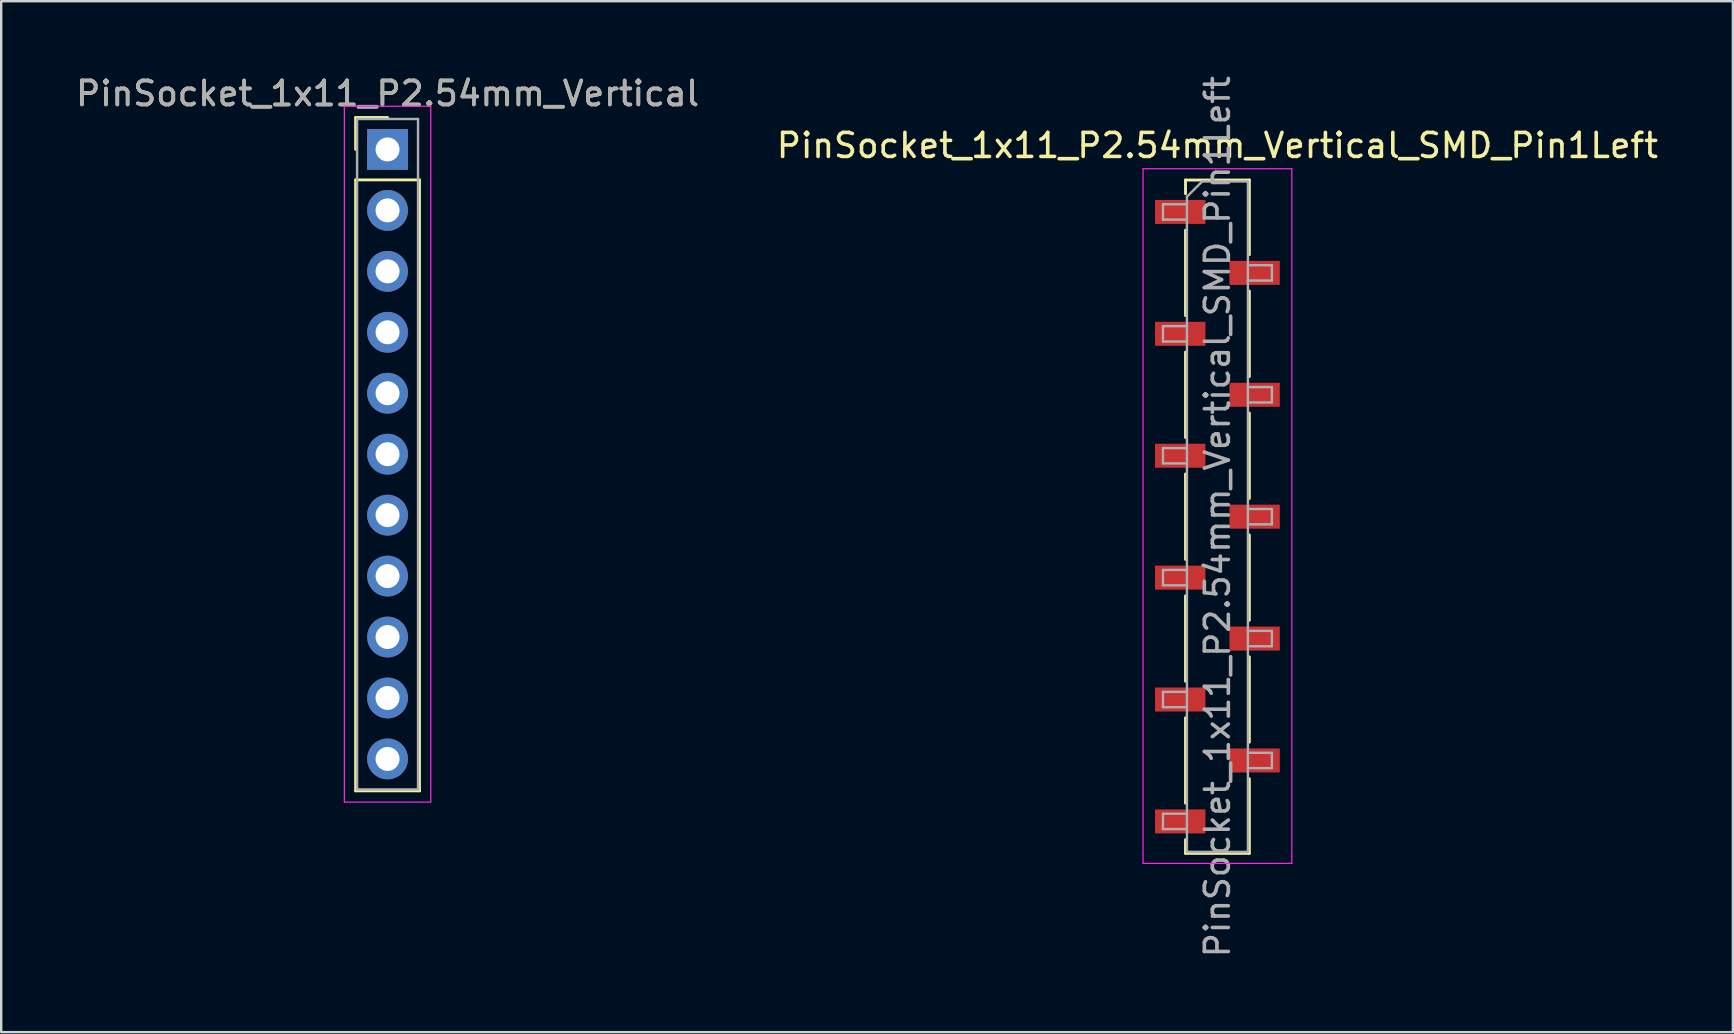
<source format=kicad_pcb>
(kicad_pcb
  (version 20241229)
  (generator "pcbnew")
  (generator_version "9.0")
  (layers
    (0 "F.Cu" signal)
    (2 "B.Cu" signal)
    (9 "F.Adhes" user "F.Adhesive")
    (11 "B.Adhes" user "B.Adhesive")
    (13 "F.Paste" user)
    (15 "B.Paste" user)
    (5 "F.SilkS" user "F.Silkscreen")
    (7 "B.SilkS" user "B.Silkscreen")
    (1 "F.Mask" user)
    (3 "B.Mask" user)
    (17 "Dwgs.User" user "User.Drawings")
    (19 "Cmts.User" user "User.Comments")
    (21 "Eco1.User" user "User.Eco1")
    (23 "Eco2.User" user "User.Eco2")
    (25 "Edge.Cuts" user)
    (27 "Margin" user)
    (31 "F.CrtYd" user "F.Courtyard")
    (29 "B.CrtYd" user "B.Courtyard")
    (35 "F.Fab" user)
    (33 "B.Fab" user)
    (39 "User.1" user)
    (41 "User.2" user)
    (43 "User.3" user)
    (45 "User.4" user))
  (footprint "PinSocket_1x11_P2.54mm_Vertical_SMD_Pin1Left"
    (layer "F.Cu")
    (at 47.685 18.482)
    (property "Reference" "PinSocket_1x11_P2.54mm_Vertical_SMD_Pin1Left" (at 0 -15.47 0) (layer "F.SilkS") (effects (font (size 1 1) (thickness 0.15))))
    (attr smd)
    (fp_line (start -1.33 -14.03) (end -1.33 -13.46) (stroke (width 0.12) (type solid)) (layer "F.SilkS"))
    (fp_line (start -1.33 -14.03) (end 1.33 -14.03) (stroke (width 0.12) (type solid)) (layer "F.SilkS"))
    (fp_line (start -1.33 -11.94) (end -1.33 -8.38) (stroke (width 0.12) (type solid)) (layer "F.SilkS"))
    (fp_line (start -1.33 -6.86) (end -1.33 -3.3) (stroke (width 0.12) (type solid)) (layer "F.SilkS"))
    (fp_line (start -1.33 -1.78) (end -1.33 1.78) (stroke (width 0.12) (type solid)) (layer "F.SilkS"))
    (fp_line (start -1.33 3.3) (end -1.33 6.86) (stroke (width 0.12) (type solid)) (layer "F.SilkS"))
    (fp_line (start -1.33 8.38) (end -1.33 11.94) (stroke (width 0.12) (type solid)) (layer "F.SilkS"))
    (fp_line (start -1.33 13.46) (end -1.33 14.03) (stroke (width 0.12) (type solid)) (layer "F.SilkS"))
    (fp_line (start -1.33 14.03) (end 1.33 14.03) (stroke (width 0.12) (type solid)) (layer "F.SilkS"))
    (fp_line (start 1.33 -14.03) (end 1.33 -10.92) (stroke (width 0.12) (type solid)) (layer "F.SilkS"))
    (fp_line (start 1.33 -9.4) (end 1.33 -5.84) (stroke (width 0.12) (type solid)) (layer "F.SilkS"))
    (fp_line (start 1.33 -4.32) (end 1.33 -0.76) (stroke (width 0.12) (type solid)) (layer "F.SilkS"))
    (fp_line (start 1.33 0.76) (end 1.33 4.32) (stroke (width 0.12) (type solid)) (layer "F.SilkS"))
    (fp_line (start 1.33 5.84) (end 1.33 9.4) (stroke (width 0.12) (type solid)) (layer "F.SilkS"))
    (fp_line (start 1.33 10.92) (end 1.33 14.03) (stroke (width 0.12) (type solid)) (layer "F.SilkS"))
    (fp_line (start -3.1 -14.5) (end 3.1 -14.5) (stroke (width 0.05) (type solid)) (layer "F.CrtYd"))
    (fp_line (start -3.1 14.45) (end -3.1 -14.5) (stroke (width 0.05) (type solid)) (layer "F.CrtYd"))
    (fp_line (start 3.1 -14.5) (end 3.1 14.45) (stroke (width 0.05) (type solid)) (layer "F.CrtYd"))
    (fp_line (start 3.1 14.45) (end -3.1 14.45) (stroke (width 0.05) (type solid)) (layer "F.CrtYd"))
    (fp_line (start -2.27 -13.02) (end -1.27 -13.02) (stroke (width 0.1) (type solid)) (layer "F.Fab"))
    (fp_line (start -2.27 -12.38) (end -2.27 -13.02) (stroke (width 0.1) (type solid)) (layer "F.Fab"))
    (fp_line (start -2.27 -7.94) (end -1.27 -7.94) (stroke (width 0.1) (type solid)) (layer "F.Fab"))
    (fp_line (start -2.27 -7.3) (end -2.27 -7.94) (stroke (width 0.1) (type solid)) (layer "F.Fab"))
    (fp_line (start -2.27 -2.86) (end -1.27 -2.86) (stroke (width 0.1) (type solid)) (layer "F.Fab"))
    (fp_line (start -2.27 -2.22) (end -2.27 -2.86) (stroke (width 0.1) (type solid)) (layer "F.Fab"))
    (fp_line (start -2.27 2.22) (end -1.27 2.22) (stroke (width 0.1) (type solid)) (layer "F.Fab"))
    (fp_line (start -2.27 2.86) (end -2.27 2.22) (stroke (width 0.1) (type solid)) (layer "F.Fab"))
    (fp_line (start -2.27 7.3) (end -1.27 7.3) (stroke (width 0.1) (type solid)) (layer "F.Fab"))
    (fp_line (start -2.27 7.94) (end -2.27 7.3) (stroke (width 0.1) (type solid)) (layer "F.Fab"))
    (fp_line (start -2.27 12.38) (end -1.27 12.38) (stroke (width 0.1) (type solid)) (layer "F.Fab"))
    (fp_line (start -2.27 13.02) (end -2.27 12.38) (stroke (width 0.1) (type solid)) (layer "F.Fab"))
    (fp_line (start -1.27 -13.335) (end -0.635 -13.97) (stroke (width 0.1) (type solid)) (layer "F.Fab"))
    (fp_line (start -1.27 -12.38) (end -2.27 -12.38) (stroke (width 0.1) (type solid)) (layer "F.Fab"))
    (fp_line (start -1.27 -7.3) (end -2.27 -7.3) (stroke (width 0.1) (type solid)) (layer "F.Fab"))
    (fp_line (start -1.27 -2.22) (end -2.27 -2.22) (stroke (width 0.1) (type solid)) (layer "F.Fab"))
    (fp_line (start -1.27 2.86) (end -2.27 2.86) (stroke (width 0.1) (type solid)) (layer "F.Fab"))
    (fp_line (start -1.27 7.94) (end -2.27 7.94) (stroke (width 0.1) (type solid)) (layer "F.Fab"))
    (fp_line (start -1.27 13.02) (end -2.27 13.02) (stroke (width 0.1) (type solid)) (layer "F.Fab"))
    (fp_line (start -1.27 13.97) (end -1.27 -13.335) (stroke (width 0.1) (type solid)) (layer "F.Fab"))
    (fp_line (start -0.635 -13.97) (end 1.27 -13.97) (stroke (width 0.1) (type solid)) (layer "F.Fab"))
    (fp_line (start 1.27 -13.97) (end 1.27 13.97) (stroke (width 0.1) (type solid)) (layer "F.Fab"))
    (fp_line (start 1.27 -10.48) (end 2.27 -10.48) (stroke (width 0.1) (type solid)) (layer "F.Fab"))
    (fp_line (start 1.27 -5.4) (end 2.27 -5.4) (stroke (width 0.1) (type solid)) (layer "F.Fab"))
    (fp_line (start 1.27 -0.32) (end 2.27 -0.32) (stroke (width 0.1) (type solid)) (layer "F.Fab"))
    (fp_line (start 1.27 4.76) (end 2.27 4.76) (stroke (width 0.1) (type solid)) (layer "F.Fab"))
    (fp_line (start 1.27 9.84) (end 2.27 9.84) (stroke (width 0.1) (type solid)) (layer "F.Fab"))
    (fp_line (start 1.27 13.97) (end -1.27 13.97) (stroke (width 0.1) (type solid)) (layer "F.Fab"))
    (fp_line (start 2.27 -10.48) (end 2.27 -9.84) (stroke (width 0.1) (type solid)) (layer "F.Fab"))
    (fp_line (start 2.27 -9.84) (end 1.27 -9.84) (stroke (width 0.1) (type solid)) (layer "F.Fab"))
    (fp_line (start 2.27 -5.4) (end 2.27 -4.76) (stroke (width 0.1) (type solid)) (layer "F.Fab"))
    (fp_line (start 2.27 -4.76) (end 1.27 -4.76) (stroke (width 0.1) (type solid)) (layer "F.Fab"))
    (fp_line (start 2.27 -0.32) (end 2.27 0.32) (stroke (width 0.1) (type solid)) (layer "F.Fab"))
    (fp_line (start 2.27 0.32) (end 1.27 0.32) (stroke (width 0.1) (type solid)) (layer "F.Fab"))
    (fp_line (start 2.27 4.76) (end 2.27 5.4) (stroke (width 0.1) (type solid)) (layer "F.Fab"))
    (fp_line (start 2.27 5.4) (end 1.27 5.4) (stroke (width 0.1) (type solid)) (layer "F.Fab"))
    (fp_line (start 2.27 9.84) (end 2.27 10.48) (stroke (width 0.1) (type solid)) (layer "F.Fab"))
    (fp_line (start 2.27 10.48) (end 1.27 10.48) (stroke (width 0.1) (type solid)) (layer "F.Fab"))
    (fp_text user "${REFERENCE}" (at 0 0 90) (layer "F.Fab") (effects (font (size 1 1) (thickness 0.15))))
    (pad "1" smd rect (at -1.55 -12.7) (size 2.1 1) (layers "F.Cu" "F.Mask" "F.Paste"))
    (pad "2" smd rect (at 1.55 -10.16) (size 2.1 1) (layers "F.Cu" "F.Mask" "F.Paste"))
    (pad "3" smd rect (at -1.55 -7.62) (size 2.1 1) (layers "F.Cu" "F.Mask" "F.Paste"))
    (pad "4" smd rect (at 1.55 -5.08) (size 2.1 1) (layers "F.Cu" "F.Mask" "F.Paste"))
    (pad "5" smd rect (at -1.55 -2.54) (size 2.1 1) (layers "F.Cu" "F.Mask" "F.Paste"))
    (pad "6" smd rect (at 1.55 0) (size 2.1 1) (layers "F.Cu" "F.Mask" "F.Paste"))
    (pad "7" smd rect (at -1.55 2.54) (size 2.1 1) (layers "F.Cu" "F.Mask" "F.Paste"))
    (pad "8" smd rect (at 1.55 5.08) (size 2.1 1) (layers "F.Cu" "F.Mask" "F.Paste"))
    (pad "9" smd rect (at -1.55 7.62) (size 2.1 1) (layers "F.Cu" "F.Mask" "F.Paste"))
    (pad "10" smd rect (at 1.55 10.16) (size 2.1 1) (layers "F.Cu" "F.Mask" "F.Paste"))
    (pad "11" smd rect (at -1.55 12.7) (size 2.1 1) (layers "F.Cu" "F.Mask" "F.Paste")))
  (footprint "PinSocket_1x11_P2.54mm_Vertical"
    (layer "F.Cu")
    (at 13.101 3.178)
    (property "Reference" "PinSocket_1x11_P2.54mm_Vertical" (at 0 -2.33 0) (layer "F.SilkS") (effects (font (size 1 1) (thickness 0.15))))
    (attr through_hole)
    (fp_line (start -1.33 -1.33) (end 0 -1.33) (stroke (width 0.12) (type solid)) (layer "F.SilkS"))
    (fp_line (start -1.33 0) (end -1.33 -1.33) (stroke (width 0.12) (type solid)) (layer "F.SilkS"))
    (fp_line (start -1.33 1.27) (end -1.33 26.73) (stroke (width 0.12) (type solid)) (layer "F.SilkS"))
    (fp_line (start -1.33 26.73) (end 1.33 26.73) (stroke (width 0.12) (type solid)) (layer "F.SilkS"))
    (fp_line (start 1.33 1.27) (end -1.33 1.27) (stroke (width 0.12) (type solid)) (layer "F.SilkS"))
    (fp_line (start 1.33 26.73) (end 1.33 1.27) (stroke (width 0.12) (type solid)) (layer "F.SilkS"))
    (fp_line (start -1.8 -1.8) (end -1.8 27.2) (stroke (width 0.05) (type solid)) (layer "F.CrtYd"))
    (fp_line (start -1.8 27.2) (end 1.8 27.2) (stroke (width 0.05) (type solid)) (layer "F.CrtYd"))
    (fp_line (start 1.8 -1.8) (end -1.8 -1.8) (stroke (width 0.05) (type solid)) (layer "F.CrtYd"))
    (fp_line (start 1.8 27.2) (end 1.8 -1.8) (stroke (width 0.05) (type solid)) (layer "F.CrtYd"))
    (fp_line (start -1.27 -1.27) (end -1.27 26.67) (stroke (width 0.1) (type solid)) (layer "F.Fab"))
    (fp_line (start -1.27 26.67) (end 1.27 26.67) (stroke (width 0.1) (type solid)) (layer "F.Fab"))
    (fp_line (start 1.27 -1.27) (end -1.27 -1.27) (stroke (width 0.1) (type solid)) (layer "F.Fab"))
    (fp_line (start 1.27 26.67) (end 1.27 -1.27) (stroke (width 0.1) (type solid)) (layer "F.Fab"))
    (fp_text user "${REFERENCE}" (at 0 -2.33 0) (layer "F.Fab") (effects (font (size 1 1) (thickness 0.15))))
    (pad "1" thru_hole rect (at 0 0) (size 1.7 1.7) (drill 1) (layers "*.Cu" "*.Mask"))
    (pad "2" thru_hole oval (at 0 2.54) (size 1.7 1.7) (drill 1) (layers "*.Cu" "*.Mask"))
    (pad "3" thru_hole oval (at 0 5.08) (size 1.7 1.7) (drill 1) (layers "*.Cu" "*.Mask"))
    (pad "4" thru_hole oval (at 0 7.62) (size 1.7 1.7) (drill 1) (layers "*.Cu" "*.Mask"))
    (pad "5" thru_hole oval (at 0 10.16) (size 1.7 1.7) (drill 1) (layers "*.Cu" "*.Mask"))
    (pad "6" thru_hole oval (at 0 12.7) (size 1.7 1.7) (drill 1) (layers "*.Cu" "*.Mask"))
    (pad "7" thru_hole oval (at 0 15.24) (size 1.7 1.7) (drill 1) (layers "*.Cu" "*.Mask"))
    (pad "8" thru_hole oval (at 0 17.78) (size 1.7 1.7) (drill 1) (layers "*.Cu" "*.Mask"))
    (pad "9" thru_hole oval (at 0 20.32) (size 1.7 1.7) (drill 1) (layers "*.Cu" "*.Mask"))
    (pad "10" thru_hole oval (at 0 22.86) (size 1.7 1.7) (drill 1) (layers "*.Cu" "*.Mask"))
    (pad "11" thru_hole oval (at 0 25.4) (size 1.7 1.7) (drill 1) (layers "*.Cu" "*.Mask")))
  (gr_rect
    (start -3 -3)
    (end 69.167 39.964)
    (stroke (width 0.1) (type default))
    (fill no)
    (layer "Edge.Cuts")))
</source>
